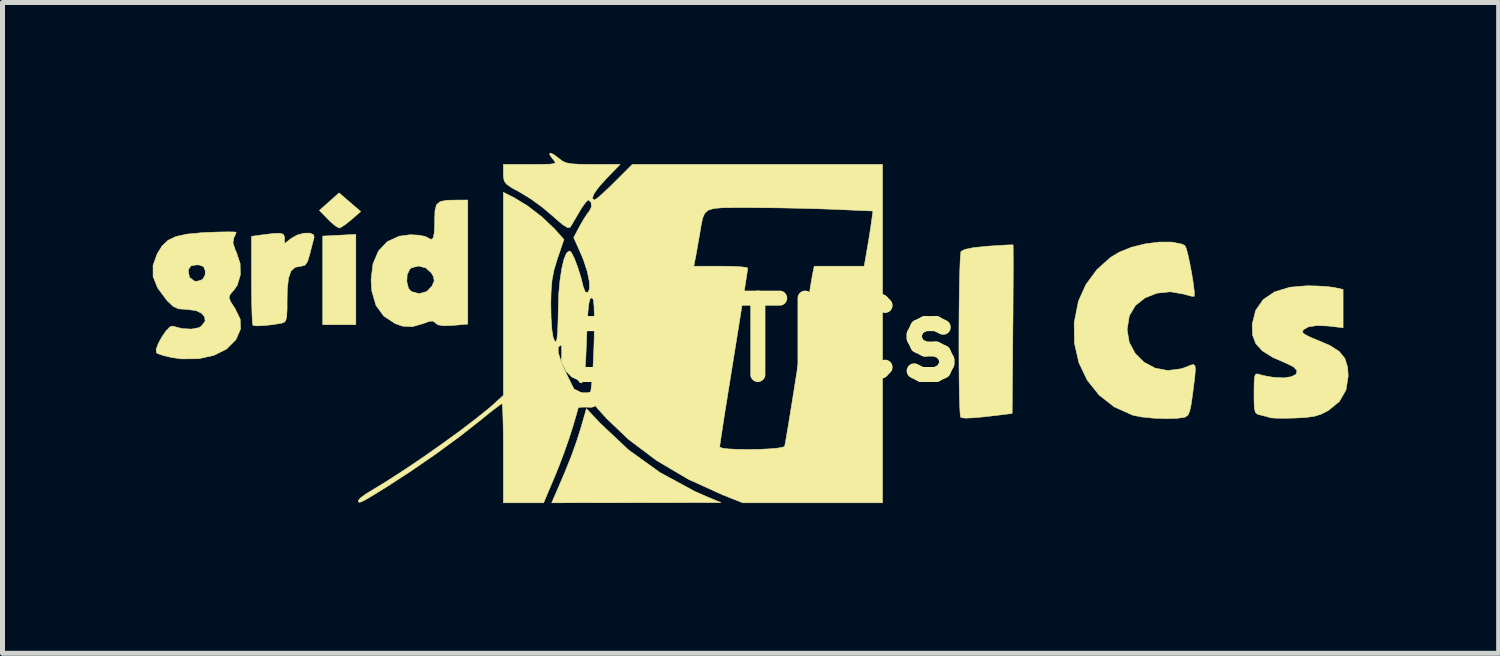
<source format=kicad_pcb>
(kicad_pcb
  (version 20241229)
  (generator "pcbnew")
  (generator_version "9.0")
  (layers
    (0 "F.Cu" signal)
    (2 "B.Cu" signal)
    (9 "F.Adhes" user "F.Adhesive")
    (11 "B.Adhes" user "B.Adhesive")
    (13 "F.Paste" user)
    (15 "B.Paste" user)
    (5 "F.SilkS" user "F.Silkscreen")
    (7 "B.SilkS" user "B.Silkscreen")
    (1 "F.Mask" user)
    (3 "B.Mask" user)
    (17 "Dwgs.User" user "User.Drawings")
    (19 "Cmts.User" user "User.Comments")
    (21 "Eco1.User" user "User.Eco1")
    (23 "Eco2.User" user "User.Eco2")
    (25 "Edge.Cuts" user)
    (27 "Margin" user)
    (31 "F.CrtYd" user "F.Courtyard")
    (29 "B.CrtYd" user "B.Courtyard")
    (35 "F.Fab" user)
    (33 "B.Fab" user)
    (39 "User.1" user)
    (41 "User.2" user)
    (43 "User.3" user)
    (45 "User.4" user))
  (footprint "gidTICs"
    (layer "F.Cu")
    (at 12.08 3.737)
    (property "Reference" "gidTICs" (at 0 0 0) (layer "F.SilkS") (effects (font (size 1.524 1.524) (thickness 0.3))))
    (attr through_hole)
    (fp_poly (pts (xy -8.026 -1.206) (xy -8.026 -0.305) (xy -8.687 -0.305) (xy -8.687 -2.074) (xy -8.356 -2.091) (xy -8.026 -2.108) (xy -8.026 -1.206)) (stroke (width 0.01) (type solid)) (fill yes) (layer "F.SilkS"))
    (fp_poly (pts (xy -8.145 -2.75) (xy -7.929 -2.565) (xy -8.117 -2.4) (xy -8.237 -2.304) (xy -8.33 -2.244) (xy -8.359 -2.235) (xy -8.423 -2.269) (xy -8.526 -2.355) (xy -8.583 -2.411) (xy -8.753 -2.587) (xy -8.557 -2.761) (xy -8.361 -2.936) (xy -8.145 -2.75)) (stroke (width 0.01) (type solid)) (fill yes) (layer "F.SilkS"))
    (fp_poly (pts (xy -3.146 1.665) (xy -2.581 2.196) (xy -1.953 2.647) (xy -1.26 3.023) (xy -1.016 3.13) (xy -0.737 3.247) (xy -2.426 3.249) (xy -4.116 3.251) (xy -4.033 3.061) (xy -3.858 2.653) (xy -3.721 2.312) (xy -3.615 2.016) (xy -3.536 1.765) (xy -3.422 1.371) (xy -3.146 1.665)) (stroke (width 0.01) (type solid)) (fill yes) (layer "F.SilkS"))
    (fp_poly (pts (xy 5.096 -1.898) (xy 5.097 -1.847) (xy 5.098 -1.706) (xy 5.099 -1.487) (xy 5.098 -1.203) (xy 5.096 -0.864) (xy 5.094 -0.484) (xy 5.091 -0.21) (xy 5.077 1.467) (xy 4.863 1.494) (xy 4.539 1.532) (xy 4.306 1.554) (xy 4.152 1.561) (xy 4.069 1.553) (xy 4.049 1.543) (xy 4.039 1.484) (xy 4.031 1.337) (xy 4.024 1.119) (xy 4.019 0.844) (xy 4.016 0.527) (xy 4.015 0.182) (xy 4.015 -0.174) (xy 4.017 -0.529) (xy 4.021 -0.865) (xy 4.026 -1.17) (xy 4.033 -1.427) (xy 4.041 -1.623) (xy 4.051 -1.741) (xy 4.057 -1.769) (xy 4.134 -1.808) (xy 4.305 -1.843) (xy 4.565 -1.87) (xy 4.593 -1.872) (xy 4.804 -1.886) (xy 4.972 -1.896) (xy 5.074 -1.899) (xy 5.096 -1.898)) (stroke (width 0.01) (type solid)) (fill yes) (layer "F.SilkS"))
    (fp_poly (pts (xy -8.867 -2.098) (xy -8.859 -2.045) (xy -8.887 -1.943) (xy -8.926 -1.79) (xy -8.945 -1.714) (xy -8.99 -1.565) (xy -9.04 -1.493) (xy -9.114 -1.473) (xy -9.117 -1.473) (xy -9.237 -1.451) (xy -9.32 -1.376) (xy -9.37 -1.234) (xy -9.394 -1.014) (xy -9.398 -0.822) (xy -9.399 -0.603) (xy -9.407 -0.465) (xy -9.426 -0.387) (xy -9.46 -0.35) (xy -9.512 -0.334) (xy -9.688 -0.305) (xy -9.862 -0.287) (xy -10.002 -0.281) (xy -10.077 -0.291) (xy -10.081 -0.293) (xy -10.09 -0.351) (xy -10.098 -0.493) (xy -10.104 -0.703) (xy -10.108 -0.963) (xy -10.109 -1.195) (xy -10.109 -2.069) (xy -9.874 -2.101) (xy -9.666 -2.126) (xy -9.539 -2.13) (xy -9.473 -2.109) (xy -9.45 -2.059) (xy -9.449 -2.028) (xy -9.449 -1.923) (xy -9.315 -2.028) (xy -9.192 -2.097) (xy -9.057 -2.132) (xy -8.94 -2.133) (xy -8.867 -2.098)) (stroke (width 0.01) (type solid)) (fill yes) (layer "F.SilkS"))
    (fp_poly (pts (xy -5.791 -0.317) (xy -6.083 -0.291) (xy -6.273 -0.283) (xy -6.386 -0.302) (xy -6.432 -0.336) (xy -6.484 -0.377) (xy -6.56 -0.372) (xy -6.672 -0.33) (xy -6.896 -0.265) (xy -7.097 -0.276) (xy -7.239 -0.326) (xy -7.469 -0.477) (xy -7.625 -0.693) (xy -7.707 -0.977) (xy -7.719 -1.163) (xy -7.008 -1.163) (xy -6.975 -1.032) (xy -6.921 -0.968) (xy -6.762 -0.924) (xy -6.61 -0.967) (xy -6.507 -1.074) (xy -6.461 -1.18) (xy -6.476 -1.266) (xy -6.519 -1.34) (xy -6.633 -1.44) (xy -6.778 -1.476) (xy -6.914 -1.441) (xy -6.949 -1.412) (xy -7.001 -1.305) (xy -7.008 -1.163) (xy -7.719 -1.163) (xy -7.722 -1.199) (xy -7.684 -1.52) (xy -7.574 -1.777) (xy -7.398 -1.963) (xy -7.16 -2.072) (xy -6.939 -2.101) (xy -6.771 -2.092) (xy -6.638 -2.066) (xy -6.592 -2.043) (xy -6.526 -2.006) (xy -6.483 -2.034) (xy -6.46 -2.138) (xy -6.452 -2.33) (xy -6.452 -2.39) (xy -6.446 -2.583) (xy -6.415 -2.701) (xy -6.341 -2.764) (xy -6.201 -2.789) (xy -6.007 -2.793) (xy -5.791 -2.794) (xy -5.791 -0.317)) (stroke (width 0.01) (type solid)) (fill yes) (layer "F.SilkS"))
    (fp_poly (pts (xy 8.265 -1.954) (xy 8.464 -1.914) (xy 8.526 -1.885) (xy 8.553 -1.826) (xy 8.588 -1.695) (xy 8.626 -1.517) (xy 8.663 -1.32) (xy 8.693 -1.131) (xy 8.712 -0.977) (xy 8.714 -0.885) (xy 8.71 -0.871) (xy 8.656 -0.874) (xy 8.543 -0.904) (xy 8.506 -0.915) (xy 8.235 -0.962) (xy 7.969 -0.934) (xy 7.729 -0.84) (xy 7.538 -0.687) (xy 7.418 -0.486) (xy 7.415 -0.477) (xy 7.372 -0.205) (xy 7.415 0.048) (xy 7.533 0.269) (xy 7.709 0.444) (xy 7.931 0.562) (xy 8.183 0.61) (xy 8.453 0.575) (xy 8.549 0.541) (xy 8.637 0.504) (xy 8.696 0.491) (xy 8.727 0.515) (xy 8.735 0.592) (xy 8.723 0.736) (xy 8.695 0.96) (xy 8.681 1.072) (xy 8.65 1.289) (xy 8.621 1.425) (xy 8.586 1.501) (xy 8.538 1.537) (xy 8.516 1.544) (xy 8.358 1.566) (xy 8.138 1.571) (xy 7.894 1.561) (xy 7.665 1.538) (xy 7.488 1.503) (xy 7.479 1.5) (xy 7.116 1.337) (xy 6.813 1.1) (xy 6.575 0.802) (xy 6.409 0.454) (xy 6.321 0.068) (xy 6.315 -0.342) (xy 6.398 -0.766) (xy 6.401 -0.777) (xy 6.549 -1.105) (xy 6.77 -1.405) (xy 7.041 -1.648) (xy 7.211 -1.751) (xy 7.459 -1.851) (xy 7.735 -1.919) (xy 8.013 -1.955) (xy 8.265 -1.954)) (stroke (width 0.01) (type solid)) (fill yes) (layer "F.SilkS"))
    (fp_poly (pts (xy 11.178 -1.077) (xy 11.374 -1.065) (xy 11.513 -1.047) (xy 11.519 -1.045) (xy 11.684 -1.008) (xy 11.684 -0.244) (xy 11.384 -0.279) (xy 11.164 -0.288) (xy 10.993 -0.262) (xy 10.892 -0.206) (xy 10.871 -0.154) (xy 10.915 -0.114) (xy 11.028 -0.055) (xy 11.152 -0.004) (xy 11.423 0.111) (xy 11.607 0.23) (xy 11.719 0.367) (xy 11.774 0.541) (xy 11.786 0.719) (xy 11.742 0.999) (xy 11.61 1.228) (xy 11.39 1.408) (xy 11.389 1.409) (xy 11.251 1.48) (xy 11.111 1.524) (xy 10.936 1.548) (xy 10.722 1.559) (xy 10.518 1.563) (xy 10.353 1.562) (xy 10.251 1.556) (xy 10.236 1.553) (xy 10.152 1.528) (xy 10.046 1.502) (xy 9.977 1.483) (xy 9.935 1.448) (xy 9.914 1.376) (xy 9.907 1.243) (xy 9.906 1.06) (xy 9.908 0.857) (xy 9.917 0.738) (xy 9.938 0.684) (xy 9.974 0.677) (xy 9.993 0.683) (xy 10.097 0.711) (xy 10.249 0.739) (xy 10.294 0.745) (xy 10.503 0.757) (xy 10.658 0.732) (xy 10.748 0.682) (xy 10.764 0.614) (xy 10.696 0.538) (xy 10.579 0.479) (xy 10.28 0.348) (xy 10.071 0.217) (xy 9.941 0.073) (xy 9.877 -0.096) (xy 9.869 -0.302) (xy 9.871 -0.321) (xy 9.939 -0.592) (xy 10.089 -0.806) (xy 10.318 -0.961) (xy 10.622 -1.053) (xy 10.963 -1.082) (xy 11.178 -1.077)) (stroke (width 0.01) (type solid)) (fill yes) (layer "F.SilkS"))
    (fp_poly (pts (xy -10.453 -2.156) (xy -10.414 -2.15) (xy -10.435 -2.092) (xy -10.463 -2.036) (xy -10.479 -1.936) (xy -10.432 -1.794) (xy -10.409 -1.747) (xy -10.336 -1.525) (xy -10.332 -1.295) (xy -10.394 -1.09) (xy -10.459 -0.997) (xy -10.534 -0.912) (xy -10.557 -0.846) (xy -10.528 -0.766) (xy -10.443 -0.636) (xy -10.439 -0.63) (xy -10.335 -0.418) (xy -10.327 -0.22) (xy -10.414 -0.018) (xy -10.427 0.001) (xy -10.608 0.182) (xy -10.861 0.308) (xy -11.166 0.375) (xy -11.507 0.378) (xy -11.709 0.349) (xy -11.864 0.312) (xy -11.976 0.274) (xy -12.007 0.256) (xy -12.013 0.187) (xy -11.97 0.072) (xy -11.898 -0.061) (xy -11.814 -0.182) (xy -11.735 -0.263) (xy -11.686 -0.277) (xy -11.494 -0.227) (xy -11.307 -0.217) (xy -11.16 -0.245) (xy -11.109 -0.277) (xy -11.034 -0.377) (xy -11.046 -0.462) (xy -11.103 -0.53) (xy -11.217 -0.586) (xy -11.395 -0.609) (xy -11.41 -0.61) (xy -11.563 -0.621) (xy -11.674 -0.671) (xy -11.789 -0.78) (xy -11.8 -0.793) (xy -11.983 -1.038) (xy -12.074 -1.265) (xy -12.074 -1.377) (xy -11.371 -1.377) (xy -11.348 -1.251) (xy -11.255 -1.178) (xy -11.201 -1.17) (xy -11.116 -1.195) (xy -11.083 -1.213) (xy -11.036 -1.292) (xy -11.032 -1.377) (xy -11.066 -1.466) (xy -11.155 -1.497) (xy -11.201 -1.499) (xy -11.315 -1.481) (xy -11.364 -1.414) (xy -11.371 -1.377) (xy -12.074 -1.377) (xy -12.075 -1.49) (xy -11.99 -1.724) (xy -11.894 -1.878) (xy -11.776 -1.989) (xy -11.617 -2.065) (xy -11.399 -2.113) (xy -11.104 -2.141) (xy -10.986 -2.147) (xy -10.758 -2.155) (xy -10.574 -2.158) (xy -10.453 -2.156)) (stroke (width 0.01) (type solid)) (fill yes) (layer "F.SilkS"))
    (fp_poly (pts (xy -4.081 -3.706) (xy -3.983 -3.633) (xy -3.91 -3.576) (xy -3.834 -3.539) (xy -3.73 -3.518) (xy -3.577 -3.508) (xy -3.351 -3.505) (xy -3.293 -3.505) (xy -2.75 -3.505) (xy -3.026 -3.22) (xy -3.186 -3.041) (xy -3.28 -2.905) (xy -3.304 -2.821) (xy -3.26 -2.794) (xy -3.208 -2.828) (xy -3.103 -2.919) (xy -2.962 -3.051) (xy -2.862 -3.15) (xy -2.507 -3.505) (xy 2.489 -3.505) (xy 2.489 3.251) (xy -0.302 3.251) (xy -0.697 3.095) (xy -1.386 2.782) (xy -2.019 2.408) (xy -2.583 1.984) (xy -3.018 1.569) (xy -3.174 1.397) (xy -3.273 1.278) (xy -3.325 1.189) (xy -3.341 1.11) (xy -3.335 1.019) (xy -3.331 0.992) (xy -3.31 0.807) (xy -3.293 0.571) (xy -3.279 0.304) (xy -3.269 0.027) (xy -3.265 -0.241) (xy -3.265 -0.48) (xy -3.27 -0.67) (xy -3.282 -0.791) (xy -3.293 -0.824) (xy -3.327 -0.842) (xy -3.353 -0.813) (xy -3.374 -0.727) (xy -3.391 -0.573) (xy -3.405 -0.341) (xy -3.419 -0.02) (xy -3.422 0.06) (xy -3.436 0.398) (xy -3.455 0.64) (xy -3.481 0.791) (xy -3.514 0.859) (xy -3.558 0.848) (xy -3.613 0.764) (xy -3.643 0.703) (xy -3.723 0.521) (xy -3.797 0.337) (xy -3.813 0.292) (xy -3.866 0.172) (xy -3.913 0.106) (xy -3.923 0.102) (xy -3.984 0.139) (xy -3.985 0.252) (xy -3.925 0.442) (xy -3.804 0.711) (xy -3.788 0.744) (xy -3.548 1.226) (xy -3.682 1.692) (xy -3.762 1.945) (xy -3.867 2.245) (xy -3.981 2.545) (xy -4.046 2.705) (xy -4.277 3.251) (xy -5.08 3.251) (xy -5.08 2.261) (xy -5.081 1.956) (xy -5.085 1.689) (xy -5.091 1.476) (xy -5.098 1.331) (xy -5.106 1.271) (xy -5.107 1.27) (xy -5.155 1.3) (xy -5.264 1.382) (xy -5.414 1.5) (xy -5.526 1.592) (xy -5.95 1.925) (xy -6.432 2.278) (xy -6.938 2.626) (xy -7.416 2.936) (xy -7.644 3.077) (xy -7.8 3.171) (xy -7.898 3.224) (xy -7.95 3.242) (xy -7.972 3.232) (xy -7.976 3.205) (xy -7.935 3.156) (xy -7.831 3.079) (xy -7.734 3.019) (xy -7.416 2.825) (xy -7.059 2.595) (xy -6.682 2.341) (xy -6.306 2.077) (xy -5.948 1.817) (xy -5.63 1.575) (xy -5.37 1.365) (xy -5.271 1.279) (xy -5.08 1.106) (xy -5.08 -2.948) (xy -4.864 -2.839) (xy -4.594 -2.674) (xy -4.313 -2.458) (xy -4.066 -2.224) (xy -4.031 -2.185) (xy -3.871 -2.005) (xy -4.001 -1.625) (xy -4.069 -1.402) (xy -4.109 -1.194) (xy -4.128 -0.959) (xy -4.133 -0.737) (xy -4.128 -0.441) (xy -4.112 -0.207) (xy -4.086 -0.047) (xy -4.053 0.03) (xy -4.023 0.027) (xy -4.009 -0.035) (xy -3.997 -0.177) (xy -3.989 -0.378) (xy -3.985 -0.601) (xy -3.976 -0.905) (xy -3.951 -1.184) (xy -3.915 -1.423) (xy -3.871 -1.611) (xy -3.82 -1.734) (xy -3.767 -1.778) (xy -3.727 -1.752) (xy -3.667 -1.638) (xy -3.598 -1.457) (xy -3.531 -1.243) (xy -3.483 -1.052) (xy -3.444 -0.957) (xy -3.396 -0.944) (xy -3.36 -1.022) (xy -3.365 -1.17) (xy -3.405 -1.367) (xy -3.44 -1.473) (xy -1.278 -1.473) (xy -0.741 -1.473) (xy -0.521 -1.47) (xy -0.344 -1.461) (xy -0.232 -1.448) (xy -0.203 -1.436) (xy -0.211 -1.37) (xy -0.236 -1.204) (xy -0.277 -0.939) (xy -0.335 -0.573) (xy -0.409 -0.108) (xy -0.5 0.457) (xy -0.607 1.123) (xy -0.612 1.158) (xy -0.66 1.454) (xy -0.701 1.717) (xy -0.733 1.93) (xy -0.755 2.075) (xy -0.762 2.135) (xy -0.715 2.159) (xy -0.59 2.175) (xy -0.41 2.184) (xy -0.198 2.187) (xy 0.023 2.184) (xy 0.229 2.174) (xy 0.399 2.159) (xy 0.507 2.138) (xy 0.535 2.121) (xy 0.548 2.057) (xy 0.574 1.905) (xy 0.613 1.677) (xy 0.66 1.387) (xy 0.715 1.045) (xy 0.775 0.666) (xy 0.812 0.432) (xy 0.875 0.031) (xy 0.934 -0.342) (xy 0.987 -0.675) (xy 1.032 -0.954) (xy 1.067 -1.167) (xy 1.09 -1.299) (xy 1.096 -1.333) (xy 1.126 -1.473) (xy 2.123 -1.473) (xy 2.178 -1.791) (xy 2.215 -2.007) (xy 2.249 -2.224) (xy 2.266 -2.341) (xy 2.298 -2.574) (xy 1.522 -2.608) (xy 1.183 -2.62) (xy 0.786 -2.63) (xy 0.371 -2.638) (xy -0.017 -2.641) (xy -0.136 -2.642) (xy -0.465 -2.642) (xy -0.707 -2.64) (xy -0.877 -2.625) (xy -0.99 -2.591) (xy -1.06 -2.529) (xy -1.103 -2.432) (xy -1.132 -2.29) (xy -1.164 -2.097) (xy -1.167 -2.083) (xy -1.201 -1.887) (xy -1.232 -1.712) (xy -1.251 -1.613) (xy -1.278 -1.473) (xy -3.44 -1.473) (xy -3.479 -1.592) (xy -3.533 -1.723) (xy -3.677 -2.044) (xy -3.555 -2.274) (xy -3.47 -2.422) (xy -3.392 -2.539) (xy -3.362 -2.574) (xy -3.322 -2.659) (xy -3.33 -2.748) (xy -3.382 -2.794) (xy -3.389 -2.794) (xy -3.434 -2.753) (xy -3.509 -2.649) (xy -3.567 -2.553) (xy -3.653 -2.406) (xy -3.721 -2.291) (xy -3.747 -2.249) (xy -3.797 -2.242) (xy -3.896 -2.302) (xy -4.051 -2.434) (xy -4.099 -2.478) (xy -4.299 -2.647) (xy -4.529 -2.814) (xy -4.739 -2.944) (xy -4.744 -2.946) (xy -4.916 -3.04) (xy -5.016 -3.11) (xy -5.064 -3.175) (xy -5.078 -3.258) (xy -5.08 -3.315) (xy -5.08 -3.505) (xy -4.539 -3.505) (xy -4.3 -3.506) (xy -4.148 -3.51) (xy -4.068 -3.521) (xy -4.044 -3.542) (xy -4.063 -3.577) (xy -4.09 -3.607) (xy -4.156 -3.698) (xy -4.149 -3.732) (xy -4.081 -3.706)) (stroke (width 0.01) (type solid)) (fill yes) (layer "F.SilkS")))
  (gr_rect
    (start -3 -3)
    (end 26.87 9.993)
    (stroke (width 0.1) (type default))
    (fill no)
    (layer "Edge.Cuts")))
</source>
